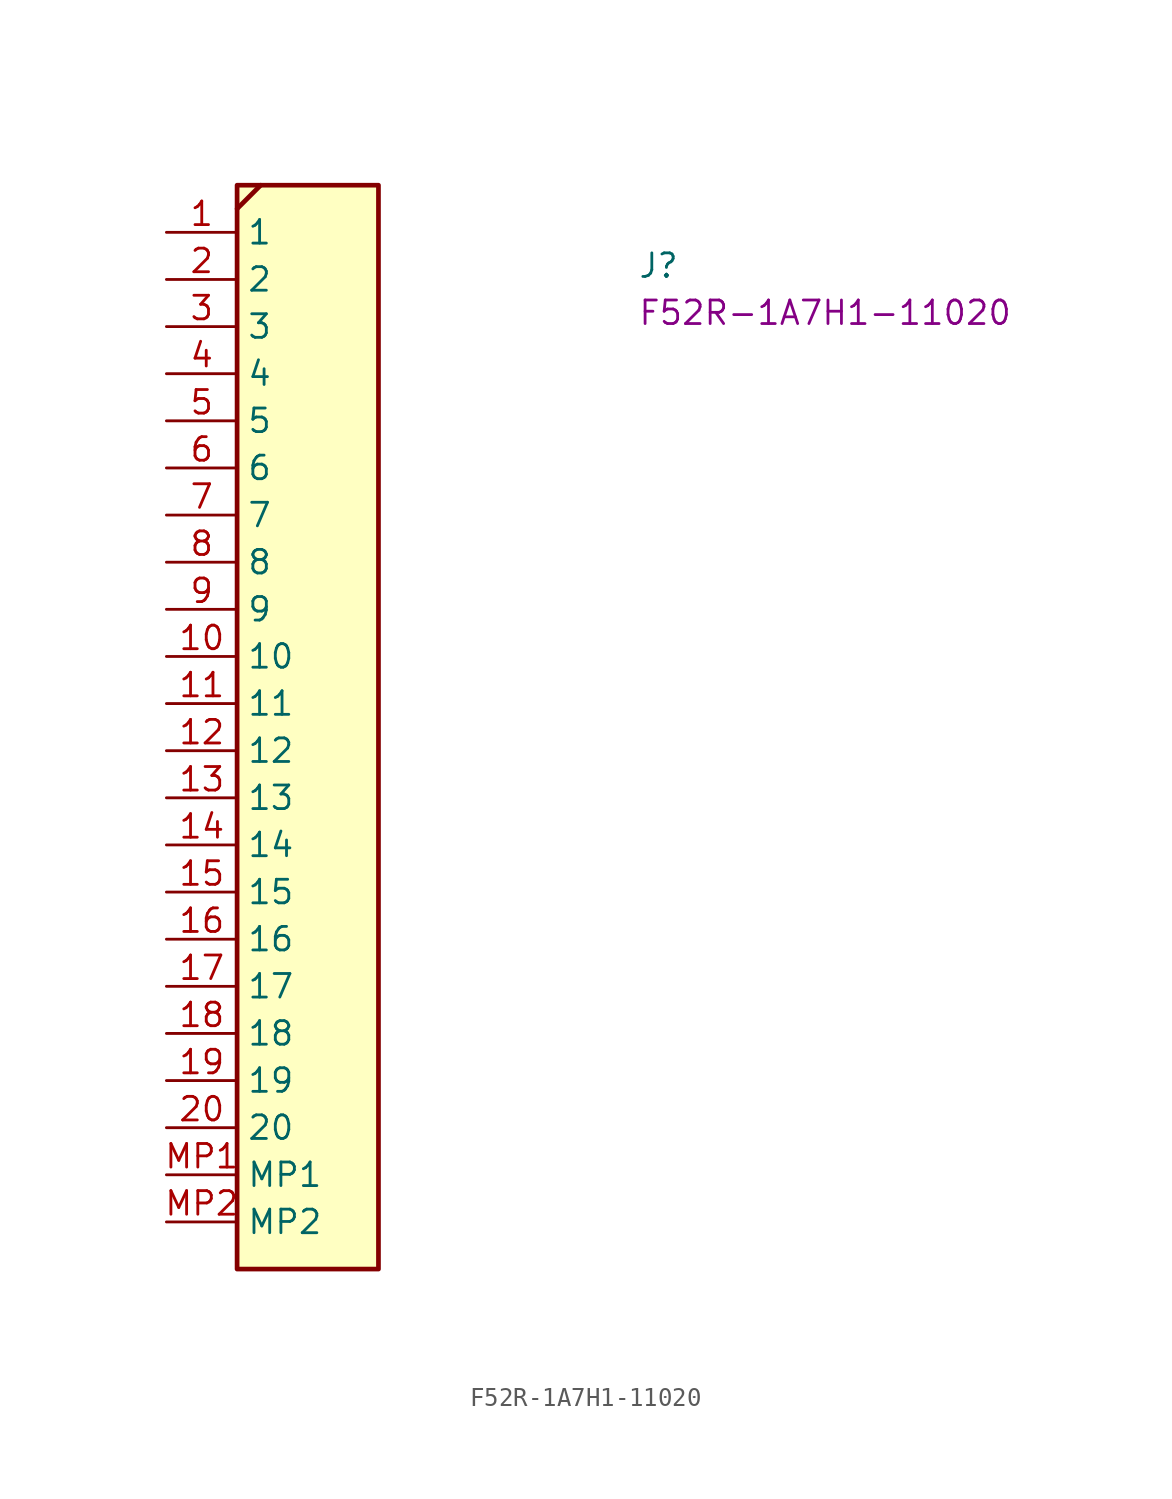
<source format=kicad_sym>
(kicad_symbol_lib
  (version 20220914)
  (generator kicad_symbol_editor)
  (symbol "F52R-1A7H1-11020"
    (property "Reference" "J"
      (at 25.4 -2.54 0)
      (effects (font (size 1.27 1.27) (thickness 0.15)) (justify left bottom)))
    (property "MPN" "F52R-1A7H1-11020"
      (at 25.4 -5.08 0)
      (effects (font (size 1.27 1.27) (thickness 0.15)) (justify left bottom)))
    (symbol "F52R-1A7H1-11020_1_1"
      (polyline (pts (xy 3.81 1.27) (xy 5.08 2.54)) (stroke (width 0.254) (type default)) (fill (type background)))
      (rectangle (start 3.81 2.54) (end 11.43 -55.88) (stroke (width 0.254) (type default)) (fill (type background)))
      (pin passive line (at 0 0 0) (length 3.81) (name "1" (effects (font (size 1.27 1.27)))) (number "1" (effects (font (size 1.27 1.27)))))
      (pin passive line (at 0 -22.86 0) (length 3.81) (name "10" (effects (font (size 1.27 1.27)))) (number "10" (effects (font (size 1.27 1.27)))))
      (pin passive line (at 0 -25.4 0) (length 3.81) (name "11" (effects (font (size 1.27 1.27)))) (number "11" (effects (font (size 1.27 1.27)))))
      (pin passive line (at 0 -27.94 0) (length 3.81) (name "12" (effects (font (size 1.27 1.27)))) (number "12" (effects (font (size 1.27 1.27)))))
      (pin passive line (at 0 -30.48 0) (length 3.81) (name "13" (effects (font (size 1.27 1.27)))) (number "13" (effects (font (size 1.27 1.27)))))
      (pin passive line (at 0 -33.02 0) (length 3.81) (name "14" (effects (font (size 1.27 1.27)))) (number "14" (effects (font (size 1.27 1.27)))))
      (pin passive line (at 0 -35.56 0) (length 3.81) (name "15" (effects (font (size 1.27 1.27)))) (number "15" (effects (font (size 1.27 1.27)))))
      (pin passive line (at 0 -38.1 0) (length 3.81) (name "16" (effects (font (size 1.27 1.27)))) (number "16" (effects (font (size 1.27 1.27)))))
      (pin passive line (at 0 -40.64 0) (length 3.81) (name "17" (effects (font (size 1.27 1.27)))) (number "17" (effects (font (size 1.27 1.27)))))
      (pin passive line (at 0 -43.18 0) (length 3.81) (name "18" (effects (font (size 1.27 1.27)))) (number "18" (effects (font (size 1.27 1.27)))))
      (pin passive line (at 0 -45.72 0) (length 3.81) (name "19" (effects (font (size 1.27 1.27)))) (number "19" (effects (font (size 1.27 1.27)))))
      (pin passive line (at 0 -2.54 0) (length 3.81) (name "2" (effects (font (size 1.27 1.27)))) (number "2" (effects (font (size 1.27 1.27)))))
      (pin passive line (at 0 -48.26 0) (length 3.81) (name "20" (effects (font (size 1.27 1.27)))) (number "20" (effects (font (size 1.27 1.27)))))
      (pin passive line (at 0 -5.08 0) (length 3.81) (name "3" (effects (font (size 1.27 1.27)))) (number "3" (effects (font (size 1.27 1.27)))))
      (pin passive line (at 0 -7.62 0) (length 3.81) (name "4" (effects (font (size 1.27 1.27)))) (number "4" (effects (font (size 1.27 1.27)))))
      (pin passive line (at 0 -10.16 0) (length 3.81) (name "5" (effects (font (size 1.27 1.27)))) (number "5" (effects (font (size 1.27 1.27)))))
      (pin passive line (at 0 -12.7 0) (length 3.81) (name "6" (effects (font (size 1.27 1.27)))) (number "6" (effects (font (size 1.27 1.27)))))
      (pin passive line (at 0 -15.24 0) (length 3.81) (name "7" (effects (font (size 1.27 1.27)))) (number "7" (effects (font (size 1.27 1.27)))))
      (pin passive line (at 0 -17.78 0) (length 3.81) (name "8" (effects (font (size 1.27 1.27)))) (number "8" (effects (font (size 1.27 1.27)))))
      (pin passive line (at 0 -20.32 0) (length 3.81) (name "9" (effects (font (size 1.27 1.27)))) (number "9" (effects (font (size 1.27 1.27)))))
      (pin passive line (at 0 -50.8 0) (length 3.81) (name "MP1" (effects (font (size 1.27 1.27)))) (number "MP1" (effects (font (size 1.27 1.27)))))
      (pin passive line (at 0 -53.34 0) (length 3.81) (name "MP2" (effects (font (size 1.27 1.27)))) (number "MP2" (effects (font (size 1.27 1.27))))))))
</source>
